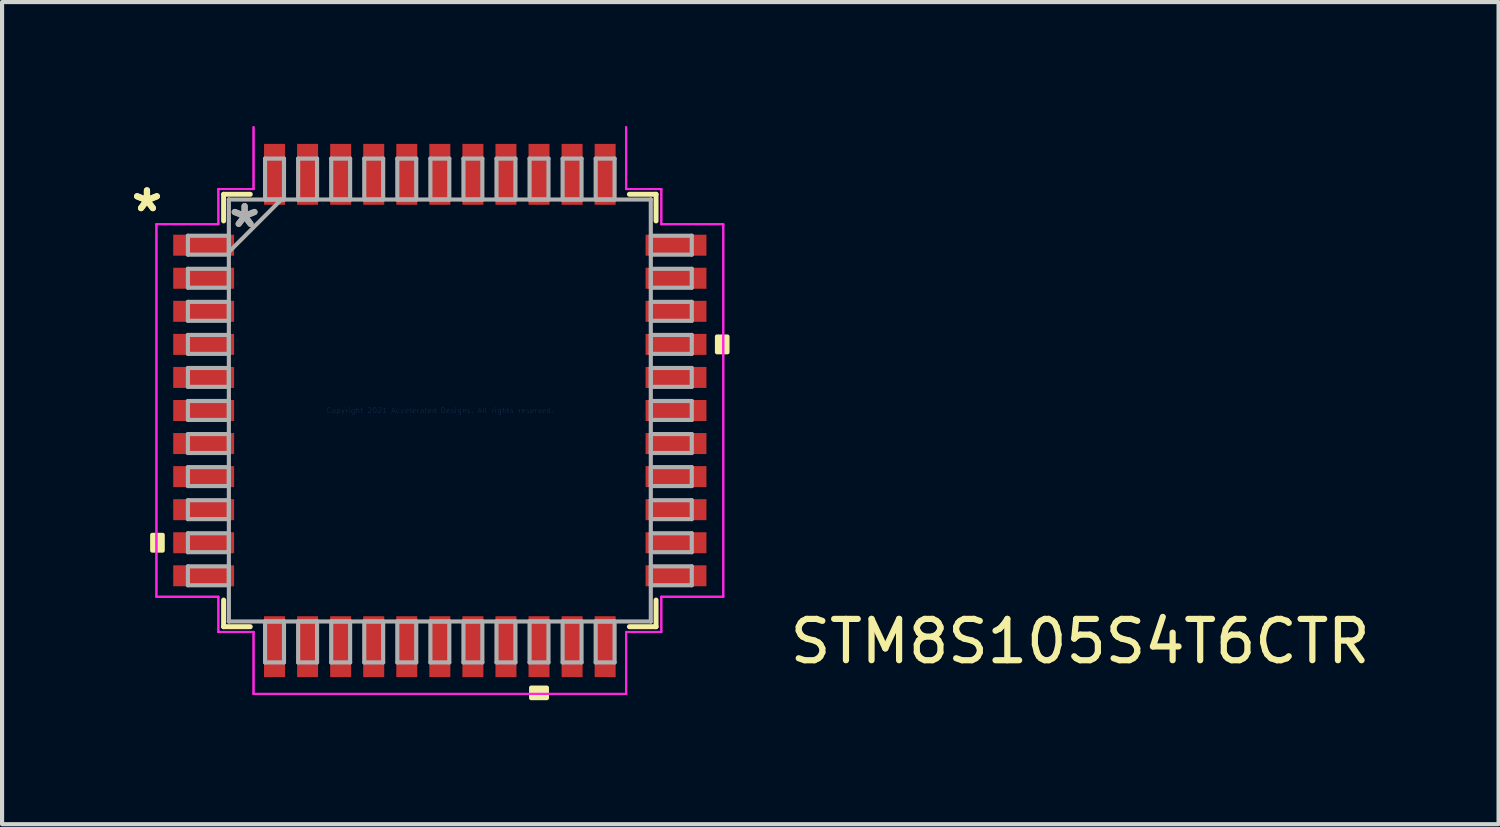
<source format=kicad_pcb>
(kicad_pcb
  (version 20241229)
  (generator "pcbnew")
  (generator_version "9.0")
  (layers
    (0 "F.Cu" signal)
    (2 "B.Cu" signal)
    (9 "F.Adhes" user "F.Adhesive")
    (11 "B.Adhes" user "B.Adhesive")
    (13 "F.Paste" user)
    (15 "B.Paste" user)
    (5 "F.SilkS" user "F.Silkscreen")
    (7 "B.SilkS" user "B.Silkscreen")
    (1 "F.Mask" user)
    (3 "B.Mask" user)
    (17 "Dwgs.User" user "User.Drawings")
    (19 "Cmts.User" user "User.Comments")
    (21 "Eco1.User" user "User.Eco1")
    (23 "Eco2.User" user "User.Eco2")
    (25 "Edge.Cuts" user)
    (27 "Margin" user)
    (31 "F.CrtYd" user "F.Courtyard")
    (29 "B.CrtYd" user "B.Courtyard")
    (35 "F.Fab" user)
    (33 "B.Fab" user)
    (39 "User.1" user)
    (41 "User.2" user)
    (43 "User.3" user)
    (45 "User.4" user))
  (footprint "STM8S105S4T6CTR"
    (layer "F.Cu")
    (at 7.593 6.883)
    (property "Reference" "STM8S105S4T6CTR" (at 15.494 5.588 0) (layer "F.SilkS") (effects (font (size 1 1) (thickness 0.15))))
    (attr through_hole)
    (fp_line (start -5.232 -5.232) (end -5.232 -4.587) (stroke (width 0.12) (type solid)) (layer "F.SilkS"))
    (fp_line (start -5.232 4.587) (end -5.232 5.232) (stroke (width 0.12) (type solid)) (layer "F.SilkS"))
    (fp_line (start -5.232 5.232) (end -4.587 5.232) (stroke (width 0.12) (type solid)) (layer "F.SilkS"))
    (fp_line (start -4.587 -5.232) (end -5.232 -5.232) (stroke (width 0.12) (type solid)) (layer "F.SilkS"))
    (fp_line (start 4.587 5.232) (end 5.232 5.232) (stroke (width 0.12) (type solid)) (layer "F.SilkS"))
    (fp_line (start 5.232 -5.232) (end 4.587 -5.232) (stroke (width 0.12) (type solid)) (layer "F.SilkS"))
    (fp_line (start 5.232 -4.587) (end 5.232 -5.232) (stroke (width 0.12) (type solid)) (layer "F.SilkS"))
    (fp_line (start 5.232 5.232) (end 5.232 4.587) (stroke (width 0.12) (type solid)) (layer "F.SilkS"))
    (fp_poly (pts (xy -6.96 3.009) (xy -6.96 3.39) (xy -6.706 3.39) (xy -6.706 3.009)) (stroke (width 0.1) (type solid)) (fill yes) (layer "F.SilkS"))
    (fp_poly (pts (xy 2.209 6.706) (xy 2.209 6.96) (xy 2.591 6.96) (xy 2.591 6.706)) (stroke (width 0.1) (type solid)) (fill yes) (layer "F.SilkS"))
    (fp_poly (pts (xy 6.96 -1.79) (xy 6.96 -1.409) (xy 6.706 -1.409) (xy 6.706 -1.79)) (stroke (width 0.1) (type solid)) (fill yes) (layer "F.SilkS"))
    (fp_line (start -6.858 -4.508) (end -5.359 -4.508) (stroke (width 0.05) (type solid)) (layer "F.CrtYd"))
    (fp_line (start -6.858 -4.508) (end -5.359 -4.508) (stroke (width 0.05) (type solid)) (layer "F.CrtYd"))
    (fp_line (start -6.858 4.508) (end -6.858 -4.508) (stroke (width 0.05) (type solid)) (layer "F.CrtYd"))
    (fp_line (start -6.858 4.508) (end -6.858 -4.508) (stroke (width 0.05) (type solid)) (layer "F.CrtYd"))
    (fp_line (start -5.359 -5.359) (end -4.508 -5.359) (stroke (width 0.05) (type solid)) (layer "F.CrtYd"))
    (fp_line (start -5.359 -5.359) (end -4.508 -5.359) (stroke (width 0.05) (type solid)) (layer "F.CrtYd"))
    (fp_line (start -5.359 -4.508) (end -5.359 -5.359) (stroke (width 0.05) (type solid)) (layer "F.CrtYd"))
    (fp_line (start -5.359 -4.508) (end -5.359 -5.359) (stroke (width 0.05) (type solid)) (layer "F.CrtYd"))
    (fp_line (start -5.359 4.508) (end -6.858 4.508) (stroke (width 0.05) (type solid)) (layer "F.CrtYd"))
    (fp_line (start -5.359 4.508) (end -6.858 4.508) (stroke (width 0.05) (type solid)) (layer "F.CrtYd"))
    (fp_line (start -5.359 5.359) (end -5.359 4.508) (stroke (width 0.05) (type solid)) (layer "F.CrtYd"))
    (fp_line (start -5.359 5.359) (end -5.359 4.508) (stroke (width 0.05) (type solid)) (layer "F.CrtYd"))
    (fp_line (start -4.508 -5.359) (end -4.508 -6.858) (stroke (width 0.05) (type solid)) (layer "F.CrtYd"))
    (fp_line (start -4.508 -5.359) (end -4.508 -6.858) (stroke (width 0.05) (type solid)) (layer "F.CrtYd"))
    (fp_line (start -4.508 5.359) (end -5.359 5.359) (stroke (width 0.05) (type solid)) (layer "F.CrtYd"))
    (fp_line (start -4.508 5.359) (end -5.359 5.359) (stroke (width 0.05) (type solid)) (layer "F.CrtYd"))
    (fp_line (start -4.508 6.858) (end -4.508 5.359) (stroke (width 0.05) (type solid)) (layer "F.CrtYd"))
    (fp_line (start -4.508 6.858) (end -4.508 5.359) (stroke (width 0.05) (type solid)) (layer "F.CrtYd"))
    (fp_line (start 4.508 -6.858) (end 4.508 -5.359) (stroke (width 0.05) (type solid)) (layer "F.CrtYd"))
    (fp_line (start 4.508 -6.858) (end 4.508 -5.359) (stroke (width 0.05) (type solid)) (layer "F.CrtYd"))
    (fp_line (start 4.508 -5.359) (end 5.359 -5.359) (stroke (width 0.05) (type solid)) (layer "F.CrtYd"))
    (fp_line (start 4.508 -5.359) (end 5.359 -5.359) (stroke (width 0.05) (type solid)) (layer "F.CrtYd"))
    (fp_line (start 4.508 5.359) (end 4.508 6.858) (stroke (width 0.05) (type solid)) (layer "F.CrtYd"))
    (fp_line (start 4.508 5.359) (end 4.508 6.858) (stroke (width 0.05) (type solid)) (layer "F.CrtYd"))
    (fp_line (start 4.508 6.858) (end -4.508 6.858) (stroke (width 0.05) (type solid)) (layer "F.CrtYd"))
    (fp_line (start 4.508 6.858) (end -4.508 6.858) (stroke (width 0.05) (type solid)) (layer "F.CrtYd"))
    (fp_line (start 5.359 -5.359) (end 5.359 -4.508) (stroke (width 0.05) (type solid)) (layer "F.CrtYd"))
    (fp_line (start 5.359 -4.508) (end 5.359 -5.359) (stroke (width 0.05) (type solid)) (layer "F.CrtYd"))
    (fp_line (start 5.359 -4.508) (end 6.858 -4.508) (stroke (width 0.05) (type solid)) (layer "F.CrtYd"))
    (fp_line (start 5.359 4.508) (end 5.359 5.359) (stroke (width 0.05) (type solid)) (layer "F.CrtYd"))
    (fp_line (start 5.359 4.508) (end 6.858 4.508) (stroke (width 0.05) (type solid)) (layer "F.CrtYd"))
    (fp_line (start 5.359 5.359) (end 4.508 5.359) (stroke (width 0.05) (type solid)) (layer "F.CrtYd"))
    (fp_line (start 5.359 5.359) (end 4.508 5.359) (stroke (width 0.05) (type solid)) (layer "F.CrtYd"))
    (fp_line (start 5.359 5.359) (end 5.359 4.508) (stroke (width 0.05) (type solid)) (layer "F.CrtYd"))
    (fp_line (start 6.858 -4.508) (end 5.359 -4.508) (stroke (width 0.05) (type solid)) (layer "F.CrtYd"))
    (fp_line (start 6.858 -4.508) (end 6.858 4.508) (stroke (width 0.05) (type solid)) (layer "F.CrtYd"))
    (fp_line (start 6.858 4.508) (end 5.359 4.508) (stroke (width 0.05) (type solid)) (layer "F.CrtYd"))
    (fp_line (start 6.858 4.508) (end 6.858 -4.508) (stroke (width 0.05) (type solid)) (layer "F.CrtYd"))
    (fp_line (start -6.096 -4.229) (end -6.096 -3.771) (stroke (width 0.1) (type solid)) (layer "F.Fab"))
    (fp_line (start -6.096 -3.771) (end -5.105 -3.771) (stroke (width 0.1) (type solid)) (layer "F.Fab"))
    (fp_line (start -6.096 -3.429) (end -6.096 -2.971) (stroke (width 0.1) (type solid)) (layer "F.Fab"))
    (fp_line (start -6.096 -2.971) (end -5.105 -2.971) (stroke (width 0.1) (type solid)) (layer "F.Fab"))
    (fp_line (start -6.096 -2.629) (end -6.096 -2.171) (stroke (width 0.1) (type solid)) (layer "F.Fab"))
    (fp_line (start -6.096 -2.171) (end -5.105 -2.171) (stroke (width 0.1) (type solid)) (layer "F.Fab"))
    (fp_line (start -6.096 -1.829) (end -6.096 -1.371) (stroke (width 0.1) (type solid)) (layer "F.Fab"))
    (fp_line (start -6.096 -1.371) (end -5.105 -1.371) (stroke (width 0.1) (type solid)) (layer "F.Fab"))
    (fp_line (start -6.096 -1.029) (end -6.096 -0.571) (stroke (width 0.1) (type solid)) (layer "F.Fab"))
    (fp_line (start -6.096 -0.571) (end -5.105 -0.571) (stroke (width 0.1) (type solid)) (layer "F.Fab"))
    (fp_line (start -6.096 -0.229) (end -6.096 0.229) (stroke (width 0.1) (type solid)) (layer "F.Fab"))
    (fp_line (start -6.096 0.229) (end -5.105 0.229) (stroke (width 0.1) (type solid)) (layer "F.Fab"))
    (fp_line (start -6.096 0.571) (end -6.096 1.029) (stroke (width 0.1) (type solid)) (layer "F.Fab"))
    (fp_line (start -6.096 1.029) (end -5.105 1.029) (stroke (width 0.1) (type solid)) (layer "F.Fab"))
    (fp_line (start -6.096 1.371) (end -6.096 1.829) (stroke (width 0.1) (type solid)) (layer "F.Fab"))
    (fp_line (start -6.096 1.829) (end -5.105 1.829) (stroke (width 0.1) (type solid)) (layer "F.Fab"))
    (fp_line (start -6.096 2.171) (end -6.096 2.629) (stroke (width 0.1) (type solid)) (layer "F.Fab"))
    (fp_line (start -6.096 2.629) (end -5.105 2.629) (stroke (width 0.1) (type solid)) (layer "F.Fab"))
    (fp_line (start -6.096 2.971) (end -6.096 3.429) (stroke (width 0.1) (type solid)) (layer "F.Fab"))
    (fp_line (start -6.096 3.429) (end -5.105 3.429) (stroke (width 0.1) (type solid)) (layer "F.Fab"))
    (fp_line (start -6.096 3.771) (end -6.096 4.229) (stroke (width 0.1) (type solid)) (layer "F.Fab"))
    (fp_line (start -6.096 4.229) (end -5.105 4.229) (stroke (width 0.1) (type solid)) (layer "F.Fab"))
    (fp_line (start -5.105 -5.105) (end -5.105 -5.105) (stroke (width 0.1) (type solid)) (layer "F.Fab"))
    (fp_line (start -5.105 -5.105) (end -5.105 5.105) (stroke (width 0.1) (type solid)) (layer "F.Fab"))
    (fp_line (start -5.105 -4.229) (end -6.096 -4.229) (stroke (width 0.1) (type solid)) (layer "F.Fab"))
    (fp_line (start -5.105 -3.835) (end -3.835 -5.105) (stroke (width 0.1) (type solid)) (layer "F.Fab"))
    (fp_line (start -5.105 -3.771) (end -5.105 -4.229) (stroke (width 0.1) (type solid)) (layer "F.Fab"))
    (fp_line (start -5.105 -3.429) (end -6.096 -3.429) (stroke (width 0.1) (type solid)) (layer "F.Fab"))
    (fp_line (start -5.105 -2.971) (end -5.105 -3.429) (stroke (width 0.1) (type solid)) (layer "F.Fab"))
    (fp_line (start -5.105 -2.629) (end -6.096 -2.629) (stroke (width 0.1) (type solid)) (layer "F.Fab"))
    (fp_line (start -5.105 -2.171) (end -5.105 -2.629) (stroke (width 0.1) (type solid)) (layer "F.Fab"))
    (fp_line (start -5.105 -1.829) (end -6.096 -1.829) (stroke (width 0.1) (type solid)) (layer "F.Fab"))
    (fp_line (start -5.105 -1.371) (end -5.105 -1.829) (stroke (width 0.1) (type solid)) (layer "F.Fab"))
    (fp_line (start -5.105 -1.029) (end -6.096 -1.029) (stroke (width 0.1) (type solid)) (layer "F.Fab"))
    (fp_line (start -5.105 -0.571) (end -5.105 -1.029) (stroke (width 0.1) (type solid)) (layer "F.Fab"))
    (fp_line (start -5.105 -0.229) (end -6.096 -0.229) (stroke (width 0.1) (type solid)) (layer "F.Fab"))
    (fp_line (start -5.105 0.229) (end -5.105 -0.229) (stroke (width 0.1) (type solid)) (layer "F.Fab"))
    (fp_line (start -5.105 0.571) (end -6.096 0.571) (stroke (width 0.1) (type solid)) (layer "F.Fab"))
    (fp_line (start -5.105 1.029) (end -5.105 0.571) (stroke (width 0.1) (type solid)) (layer "F.Fab"))
    (fp_line (start -5.105 1.371) (end -6.096 1.371) (stroke (width 0.1) (type solid)) (layer "F.Fab"))
    (fp_line (start -5.105 1.829) (end -5.105 1.371) (stroke (width 0.1) (type solid)) (layer "F.Fab"))
    (fp_line (start -5.105 2.171) (end -6.096 2.171) (stroke (width 0.1) (type solid)) (layer "F.Fab"))
    (fp_line (start -5.105 2.629) (end -5.105 2.171) (stroke (width 0.1) (type solid)) (layer "F.Fab"))
    (fp_line (start -5.105 2.971) (end -6.096 2.971) (stroke (width 0.1) (type solid)) (layer "F.Fab"))
    (fp_line (start -5.105 3.429) (end -5.105 2.971) (stroke (width 0.1) (type solid)) (layer "F.Fab"))
    (fp_line (start -5.105 3.771) (end -6.096 3.771) (stroke (width 0.1) (type solid)) (layer "F.Fab"))
    (fp_line (start -5.105 4.229) (end -5.105 3.771) (stroke (width 0.1) (type solid)) (layer "F.Fab"))
    (fp_line (start -5.105 5.105) (end -5.105 5.105) (stroke (width 0.1) (type solid)) (layer "F.Fab"))
    (fp_line (start -5.105 5.105) (end 5.105 5.105) (stroke (width 0.1) (type solid)) (layer "F.Fab"))
    (fp_line (start -4.229 5.105) (end -4.229 6.096) (stroke (width 0.1) (type solid)) (layer "F.Fab"))
    (fp_line (start -4.229 6.096) (end -3.771 6.096) (stroke (width 0.1) (type solid)) (layer "F.Fab"))
    (fp_line (start -4.229 -6.096) (end -4.229 -5.105) (stroke (width 0.1) (type solid)) (layer "F.Fab"))
    (fp_line (start -4.229 -5.105) (end -3.771 -5.105) (stroke (width 0.1) (type solid)) (layer "F.Fab"))
    (fp_line (start -3.771 5.105) (end -4.229 5.105) (stroke (width 0.1) (type solid)) (layer "F.Fab"))
    (fp_line (start -3.771 6.096) (end -3.771 5.105) (stroke (width 0.1) (type solid)) (layer "F.Fab"))
    (fp_line (start -3.771 -6.096) (end -4.229 -6.096) (stroke (width 0.1) (type solid)) (layer "F.Fab"))
    (fp_line (start -3.771 -5.105) (end -3.771 -6.096) (stroke (width 0.1) (type solid)) (layer "F.Fab"))
    (fp_line (start -3.429 -6.096) (end -3.429 -5.105) (stroke (width 0.1) (type solid)) (layer "F.Fab"))
    (fp_line (start -3.429 -5.105) (end -2.971 -5.105) (stroke (width 0.1) (type solid)) (layer "F.Fab"))
    (fp_line (start -3.429 5.105) (end -3.429 6.096) (stroke (width 0.1) (type solid)) (layer "F.Fab"))
    (fp_line (start -3.429 6.096) (end -2.971 6.096) (stroke (width 0.1) (type solid)) (layer "F.Fab"))
    (fp_line (start -2.971 -6.096) (end -3.429 -6.096) (stroke (width 0.1) (type solid)) (layer "F.Fab"))
    (fp_line (start -2.971 -5.105) (end -2.971 -6.096) (stroke (width 0.1) (type solid)) (layer "F.Fab"))
    (fp_line (start -2.971 5.105) (end -3.429 5.105) (stroke (width 0.1) (type solid)) (layer "F.Fab"))
    (fp_line (start -2.971 6.096) (end -2.971 5.105) (stroke (width 0.1) (type solid)) (layer "F.Fab"))
    (fp_line (start -2.629 -6.096) (end -2.629 -5.105) (stroke (width 0.1) (type solid)) (layer "F.Fab"))
    (fp_line (start -2.629 -5.105) (end -2.171 -5.105) (stroke (width 0.1) (type solid)) (layer "F.Fab"))
    (fp_line (start -2.629 5.105) (end -2.629 6.096) (stroke (width 0.1) (type solid)) (layer "F.Fab"))
    (fp_line (start -2.629 6.096) (end -2.171 6.096) (stroke (width 0.1) (type solid)) (layer "F.Fab"))
    (fp_line (start -2.171 -6.096) (end -2.629 -6.096) (stroke (width 0.1) (type solid)) (layer "F.Fab"))
    (fp_line (start -2.171 -5.105) (end -2.171 -6.096) (stroke (width 0.1) (type solid)) (layer "F.Fab"))
    (fp_line (start -2.171 5.105) (end -2.629 5.105) (stroke (width 0.1) (type solid)) (layer "F.Fab"))
    (fp_line (start -2.171 6.096) (end -2.171 5.105) (stroke (width 0.1) (type solid)) (layer "F.Fab"))
    (fp_line (start -1.829 -6.096) (end -1.829 -5.105) (stroke (width 0.1) (type solid)) (layer "F.Fab"))
    (fp_line (start -1.829 -5.105) (end -1.371 -5.105) (stroke (width 0.1) (type solid)) (layer "F.Fab"))
    (fp_line (start -1.829 5.105) (end -1.829 6.096) (stroke (width 0.1) (type solid)) (layer "F.Fab"))
    (fp_line (start -1.829 6.096) (end -1.371 6.096) (stroke (width 0.1) (type solid)) (layer "F.Fab"))
    (fp_line (start -1.371 -6.096) (end -1.829 -6.096) (stroke (width 0.1) (type solid)) (layer "F.Fab"))
    (fp_line (start -1.371 -5.105) (end -1.371 -6.096) (stroke (width 0.1) (type solid)) (layer "F.Fab"))
    (fp_line (start -1.371 5.105) (end -1.829 5.105) (stroke (width 0.1) (type solid)) (layer "F.Fab"))
    (fp_line (start -1.371 6.096) (end -1.371 5.105) (stroke (width 0.1) (type solid)) (layer "F.Fab"))
    (fp_line (start -1.029 -6.096) (end -1.029 -5.105) (stroke (width 0.1) (type solid)) (layer "F.Fab"))
    (fp_line (start -1.029 -5.105) (end -0.571 -5.105) (stroke (width 0.1) (type solid)) (layer "F.Fab"))
    (fp_line (start -1.029 5.105) (end -1.029 6.096) (stroke (width 0.1) (type solid)) (layer "F.Fab"))
    (fp_line (start -1.029 6.096) (end -0.571 6.096) (stroke (width 0.1) (type solid)) (layer "F.Fab"))
    (fp_line (start -0.571 -6.096) (end -1.029 -6.096) (stroke (width 0.1) (type solid)) (layer "F.Fab"))
    (fp_line (start -0.571 -5.105) (end -0.571 -6.096) (stroke (width 0.1) (type solid)) (layer "F.Fab"))
    (fp_line (start -0.571 5.105) (end -1.029 5.105) (stroke (width 0.1) (type solid)) (layer "F.Fab"))
    (fp_line (start -0.571 6.096) (end -0.571 5.105) (stroke (width 0.1) (type solid)) (layer "F.Fab"))
    (fp_line (start -0.229 -6.096) (end -0.229 -5.105) (stroke (width 0.1) (type solid)) (layer "F.Fab"))
    (fp_line (start -0.229 -5.105) (end 0.229 -5.105) (stroke (width 0.1) (type solid)) (layer "F.Fab"))
    (fp_line (start -0.229 5.105) (end -0.229 6.096) (stroke (width 0.1) (type solid)) (layer "F.Fab"))
    (fp_line (start -0.229 6.096) (end 0.229 6.096) (stroke (width 0.1) (type solid)) (layer "F.Fab"))
    (fp_line (start 0.229 -6.096) (end -0.229 -6.096) (stroke (width 0.1) (type solid)) (layer "F.Fab"))
    (fp_line (start 0.229 -5.105) (end 0.229 -6.096) (stroke (width 0.1) (type solid)) (layer "F.Fab"))
    (fp_line (start 0.229 5.105) (end -0.229 5.105) (stroke (width 0.1) (type solid)) (layer "F.Fab"))
    (fp_line (start 0.229 6.096) (end 0.229 5.105) (stroke (width 0.1) (type solid)) (layer "F.Fab"))
    (fp_line (start 0.571 -6.096) (end 0.571 -5.105) (stroke (width 0.1) (type solid)) (layer "F.Fab"))
    (fp_line (start 0.571 -5.105) (end 1.029 -5.105) (stroke (width 0.1) (type solid)) (layer "F.Fab"))
    (fp_line (start 0.571 5.105) (end 0.571 6.096) (stroke (width 0.1) (type solid)) (layer "F.Fab"))
    (fp_line (start 0.571 6.096) (end 1.029 6.096) (stroke (width 0.1) (type solid)) (layer "F.Fab"))
    (fp_line (start 1.029 -6.096) (end 0.571 -6.096) (stroke (width 0.1) (type solid)) (layer "F.Fab"))
    (fp_line (start 1.029 -5.105) (end 1.029 -6.096) (stroke (width 0.1) (type solid)) (layer "F.Fab"))
    (fp_line (start 1.029 5.105) (end 0.571 5.105) (stroke (width 0.1) (type solid)) (layer "F.Fab"))
    (fp_line (start 1.029 6.096) (end 1.029 5.105) (stroke (width 0.1) (type solid)) (layer "F.Fab"))
    (fp_line (start 1.371 -6.096) (end 1.371 -5.105) (stroke (width 0.1) (type solid)) (layer "F.Fab"))
    (fp_line (start 1.371 -5.105) (end 1.829 -5.105) (stroke (width 0.1) (type solid)) (layer "F.Fab"))
    (fp_line (start 1.371 5.105) (end 1.371 6.096) (stroke (width 0.1) (type solid)) (layer "F.Fab"))
    (fp_line (start 1.371 6.096) (end 1.829 6.096) (stroke (width 0.1) (type solid)) (layer "F.Fab"))
    (fp_line (start 1.829 -6.096) (end 1.371 -6.096) (stroke (width 0.1) (type solid)) (layer "F.Fab"))
    (fp_line (start 1.829 -5.105) (end 1.829 -6.096) (stroke (width 0.1) (type solid)) (layer "F.Fab"))
    (fp_line (start 1.829 5.105) (end 1.371 5.105) (stroke (width 0.1) (type solid)) (layer "F.Fab"))
    (fp_line (start 1.829 6.096) (end 1.829 5.105) (stroke (width 0.1) (type solid)) (layer "F.Fab"))
    (fp_line (start 2.171 -6.096) (end 2.171 -5.105) (stroke (width 0.1) (type solid)) (layer "F.Fab"))
    (fp_line (start 2.171 -5.105) (end 2.629 -5.105) (stroke (width 0.1) (type solid)) (layer "F.Fab"))
    (fp_line (start 2.171 5.105) (end 2.171 6.096) (stroke (width 0.1) (type solid)) (layer "F.Fab"))
    (fp_line (start 2.171 6.096) (end 2.629 6.096) (stroke (width 0.1) (type solid)) (layer "F.Fab"))
    (fp_line (start 2.629 -6.096) (end 2.171 -6.096) (stroke (width 0.1) (type solid)) (layer "F.Fab"))
    (fp_line (start 2.629 -5.105) (end 2.629 -6.096) (stroke (width 0.1) (type solid)) (layer "F.Fab"))
    (fp_line (start 2.629 5.105) (end 2.171 5.105) (stroke (width 0.1) (type solid)) (layer "F.Fab"))
    (fp_line (start 2.629 6.096) (end 2.629 5.105) (stroke (width 0.1) (type solid)) (layer "F.Fab"))
    (fp_line (start 2.971 -6.096) (end 2.971 -5.105) (stroke (width 0.1) (type solid)) (layer "F.Fab"))
    (fp_line (start 2.971 -5.105) (end 3.429 -5.105) (stroke (width 0.1) (type solid)) (layer "F.Fab"))
    (fp_line (start 2.971 5.105) (end 2.971 6.096) (stroke (width 0.1) (type solid)) (layer "F.Fab"))
    (fp_line (start 2.971 6.096) (end 3.429 6.096) (stroke (width 0.1) (type solid)) (layer "F.Fab"))
    (fp_line (start 3.429 -6.096) (end 2.971 -6.096) (stroke (width 0.1) (type solid)) (layer "F.Fab"))
    (fp_line (start 3.429 -5.105) (end 3.429 -6.096) (stroke (width 0.1) (type solid)) (layer "F.Fab"))
    (fp_line (start 3.429 5.105) (end 2.971 5.105) (stroke (width 0.1) (type solid)) (layer "F.Fab"))
    (fp_line (start 3.429 6.096) (end 3.429 5.105) (stroke (width 0.1) (type solid)) (layer "F.Fab"))
    (fp_line (start 3.771 5.105) (end 3.771 6.096) (stroke (width 0.1) (type solid)) (layer "F.Fab"))
    (fp_line (start 3.771 6.096) (end 4.229 6.096) (stroke (width 0.1) (type solid)) (layer "F.Fab"))
    (fp_line (start 3.771 -6.096) (end 3.771 -5.105) (stroke (width 0.1) (type solid)) (layer "F.Fab"))
    (fp_line (start 3.771 -5.105) (end 4.229 -5.105) (stroke (width 0.1) (type solid)) (layer "F.Fab"))
    (fp_line (start 4.229 5.105) (end 3.771 5.105) (stroke (width 0.1) (type solid)) (layer "F.Fab"))
    (fp_line (start 4.229 6.096) (end 4.229 5.105) (stroke (width 0.1) (type solid)) (layer "F.Fab"))
    (fp_line (start 4.229 -6.096) (end 3.771 -6.096) (stroke (width 0.1) (type solid)) (layer "F.Fab"))
    (fp_line (start 4.229 -5.105) (end 4.229 -6.096) (stroke (width 0.1) (type solid)) (layer "F.Fab"))
    (fp_line (start 5.105 -5.105) (end -5.105 -5.105) (stroke (width 0.1) (type solid)) (layer "F.Fab"))
    (fp_line (start 5.105 -5.105) (end 5.105 -5.105) (stroke (width 0.1) (type solid)) (layer "F.Fab"))
    (fp_line (start 5.105 -4.229) (end 5.105 -3.771) (stroke (width 0.1) (type solid)) (layer "F.Fab"))
    (fp_line (start 5.105 -3.771) (end 6.096 -3.771) (stroke (width 0.1) (type solid)) (layer "F.Fab"))
    (fp_line (start 5.105 -3.429) (end 5.105 -2.971) (stroke (width 0.1) (type solid)) (layer "F.Fab"))
    (fp_line (start 5.105 -2.971) (end 6.096 -2.971) (stroke (width 0.1) (type solid)) (layer "F.Fab"))
    (fp_line (start 5.105 -2.629) (end 5.105 -2.171) (stroke (width 0.1) (type solid)) (layer "F.Fab"))
    (fp_line (start 5.105 -2.171) (end 6.096 -2.171) (stroke (width 0.1) (type solid)) (layer "F.Fab"))
    (fp_line (start 5.105 -1.829) (end 5.105 -1.371) (stroke (width 0.1) (type solid)) (layer "F.Fab"))
    (fp_line (start 5.105 -1.371) (end 6.096 -1.371) (stroke (width 0.1) (type solid)) (layer "F.Fab"))
    (fp_line (start 5.105 -1.029) (end 5.105 -0.571) (stroke (width 0.1) (type solid)) (layer "F.Fab"))
    (fp_line (start 5.105 -0.571) (end 6.096 -0.571) (stroke (width 0.1) (type solid)) (layer "F.Fab"))
    (fp_line (start 5.105 -0.229) (end 5.105 0.229) (stroke (width 0.1) (type solid)) (layer "F.Fab"))
    (fp_line (start 5.105 0.229) (end 6.096 0.229) (stroke (width 0.1) (type solid)) (layer "F.Fab"))
    (fp_line (start 5.105 0.571) (end 5.105 1.029) (stroke (width 0.1) (type solid)) (layer "F.Fab"))
    (fp_line (start 5.105 1.029) (end 6.096 1.029) (stroke (width 0.1) (type solid)) (layer "F.Fab"))
    (fp_line (start 5.105 1.371) (end 5.105 1.829) (stroke (width 0.1) (type solid)) (layer "F.Fab"))
    (fp_line (start 5.105 1.829) (end 6.096 1.829) (stroke (width 0.1) (type solid)) (layer "F.Fab"))
    (fp_line (start 5.105 2.171) (end 5.105 2.629) (stroke (width 0.1) (type solid)) (layer "F.Fab"))
    (fp_line (start 5.105 2.629) (end 6.096 2.629) (stroke (width 0.1) (type solid)) (layer "F.Fab"))
    (fp_line (start 5.105 2.971) (end 5.105 3.429) (stroke (width 0.1) (type solid)) (layer "F.Fab"))
    (fp_line (start 5.105 3.429) (end 6.096 3.429) (stroke (width 0.1) (type solid)) (layer "F.Fab"))
    (fp_line (start 5.105 3.771) (end 5.105 4.229) (stroke (width 0.1) (type solid)) (layer "F.Fab"))
    (fp_line (start 5.105 4.229) (end 6.096 4.229) (stroke (width 0.1) (type solid)) (layer "F.Fab"))
    (fp_line (start 5.105 5.105) (end 5.105 -5.105) (stroke (width 0.1) (type solid)) (layer "F.Fab"))
    (fp_line (start 5.105 5.105) (end 5.105 5.105) (stroke (width 0.1) (type solid)) (layer "F.Fab"))
    (fp_line (start 6.096 -4.229) (end 5.105 -4.229) (stroke (width 0.1) (type solid)) (layer "F.Fab"))
    (fp_line (start 6.096 -3.771) (end 6.096 -4.229) (stroke (width 0.1) (type solid)) (layer "F.Fab"))
    (fp_line (start 6.096 -3.429) (end 5.105 -3.429) (stroke (width 0.1) (type solid)) (layer "F.Fab"))
    (fp_line (start 6.096 -2.971) (end 6.096 -3.429) (stroke (width 0.1) (type solid)) (layer "F.Fab"))
    (fp_line (start 6.096 -2.629) (end 5.105 -2.629) (stroke (width 0.1) (type solid)) (layer "F.Fab"))
    (fp_line (start 6.096 -2.171) (end 6.096 -2.629) (stroke (width 0.1) (type solid)) (layer "F.Fab"))
    (fp_line (start 6.096 -1.829) (end 5.105 -1.829) (stroke (width 0.1) (type solid)) (layer "F.Fab"))
    (fp_line (start 6.096 -1.371) (end 6.096 -1.829) (stroke (width 0.1) (type solid)) (layer "F.Fab"))
    (fp_line (start 6.096 -1.029) (end 5.105 -1.029) (stroke (width 0.1) (type solid)) (layer "F.Fab"))
    (fp_line (start 6.096 -0.571) (end 6.096 -1.029) (stroke (width 0.1) (type solid)) (layer "F.Fab"))
    (fp_line (start 6.096 -0.229) (end 5.105 -0.229) (stroke (width 0.1) (type solid)) (layer "F.Fab"))
    (fp_line (start 6.096 0.229) (end 6.096 -0.229) (stroke (width 0.1) (type solid)) (layer "F.Fab"))
    (fp_line (start 6.096 0.571) (end 5.105 0.571) (stroke (width 0.1) (type solid)) (layer "F.Fab"))
    (fp_line (start 6.096 1.029) (end 6.096 0.571) (stroke (width 0.1) (type solid)) (layer "F.Fab"))
    (fp_line (start 6.096 1.371) (end 5.105 1.371) (stroke (width 0.1) (type solid)) (layer "F.Fab"))
    (fp_line (start 6.096 1.829) (end 6.096 1.371) (stroke (width 0.1) (type solid)) (layer "F.Fab"))
    (fp_line (start 6.096 2.171) (end 5.105 2.171) (stroke (width 0.1) (type solid)) (layer "F.Fab"))
    (fp_line (start 6.096 2.629) (end 6.096 2.171) (stroke (width 0.1) (type solid)) (layer "F.Fab"))
    (fp_line (start 6.096 2.971) (end 5.105 2.971) (stroke (width 0.1) (type solid)) (layer "F.Fab"))
    (fp_line (start 6.096 3.429) (end 6.096 2.971) (stroke (width 0.1) (type solid)) (layer "F.Fab"))
    (fp_line (start 6.096 3.771) (end 5.105 3.771) (stroke (width 0.1) (type solid)) (layer "F.Fab"))
    (fp_line (start 6.096 4.229) (end 6.096 3.771) (stroke (width 0.1) (type solid)) (layer "F.Fab"))
    (fp_text user "*" (at -7.087 -4.781 0) (layer "F.SilkS") (effects (font (size 1 1) (thickness 0.15))))
    (fp_text user "*" (at -7.087 -4.781 0) (layer "F.SilkS") (effects (font (size 1 1) (thickness 0.15))))
    (fp_text user "Copyright 2021 Accelerated Designs. All rights reserved." (at 0 0 0) (layer "Cmts.User") (effects (font (size 0.127 0.127) (thickness 0.002))))
    (fp_text user "*" (at -4.724 -4.4 0) (layer "F.Fab") (effects (font (size 1 1) (thickness 0.15))))
    (fp_text user "*" (at -4.724 -4.4 0) (layer "F.Fab") (effects (font (size 1 1) (thickness 0.15))))
    (pad "1" smd rect (at -5.715 -4 90) (size 0.508 1.473) (layers "F.Cu" "F.Mask" "F.Paste"))
    (pad "2" smd rect (at -5.715 -3.2 90) (size 0.508 1.473) (layers "F.Cu" "F.Mask" "F.Paste"))
    (pad "3" smd rect (at -5.715 -2.4 90) (size 0.508 1.473) (layers "F.Cu" "F.Mask" "F.Paste"))
    (pad "4" smd rect (at -5.715 -1.6 90) (size 0.508 1.473) (layers "F.Cu" "F.Mask" "F.Paste"))
    (pad "5" smd rect (at -5.715 -0.8 90) (size 0.508 1.473) (layers "F.Cu" "F.Mask" "F.Paste"))
    (pad "6" smd rect (at -5.715 0 90) (size 0.508 1.473) (layers "F.Cu" "F.Mask" "F.Paste"))
    (pad "7" smd rect (at -5.715 0.8 90) (size 0.508 1.473) (layers "F.Cu" "F.Mask" "F.Paste"))
    (pad "8" smd rect (at -5.715 1.6 90) (size 0.508 1.473) (layers "F.Cu" "F.Mask" "F.Paste"))
    (pad "9" smd rect (at -5.715 2.4 90) (size 0.508 1.473) (layers "F.Cu" "F.Mask" "F.Paste"))
    (pad "10" smd rect (at -5.715 3.2 90) (size 0.508 1.473) (layers "F.Cu" "F.Mask" "F.Paste"))
    (pad "11" smd rect (at -5.715 4 90) (size 0.508 1.473) (layers "F.Cu" "F.Mask" "F.Paste"))
    (pad "12" smd rect (at -4 5.715) (size 0.508 1.473) (layers "F.Cu" "F.Mask" "F.Paste"))
    (pad "13" smd rect (at -3.2 5.715) (size 0.508 1.473) (layers "F.Cu" "F.Mask" "F.Paste"))
    (pad "14" smd rect (at -2.4 5.715) (size 0.508 1.473) (layers "F.Cu" "F.Mask" "F.Paste"))
    (pad "15" smd rect (at -1.6 5.715) (size 0.508 1.473) (layers "F.Cu" "F.Mask" "F.Paste"))
    (pad "16" smd rect (at -0.8 5.715) (size 0.508 1.473) (layers "F.Cu" "F.Mask" "F.Paste"))
    (pad "17" smd rect (at 0 5.715) (size 0.508 1.473) (layers "F.Cu" "F.Mask" "F.Paste"))
    (pad "18" smd rect (at 0.8 5.715) (size 0.508 1.473) (layers "F.Cu" "F.Mask" "F.Paste"))
    (pad "19" smd rect (at 1.6 5.715) (size 0.508 1.473) (layers "F.Cu" "F.Mask" "F.Paste"))
    (pad "20" smd rect (at 2.4 5.715) (size 0.508 1.473) (layers "F.Cu" "F.Mask" "F.Paste"))
    (pad "21" smd rect (at 3.2 5.715) (size 0.508 1.473) (layers "F.Cu" "F.Mask" "F.Paste"))
    (pad "22" smd rect (at 4 5.715) (size 0.508 1.473) (layers "F.Cu" "F.Mask" "F.Paste"))
    (pad "23" smd rect (at 5.715 4 90) (size 0.508 1.473) (layers "F.Cu" "F.Mask" "F.Paste"))
    (pad "24" smd rect (at 5.715 3.2 90) (size 0.508 1.473) (layers "F.Cu" "F.Mask" "F.Paste"))
    (pad "25" smd rect (at 5.715 2.4 90) (size 0.508 1.473) (layers "F.Cu" "F.Mask" "F.Paste"))
    (pad "26" smd rect (at 5.715 1.6 90) (size 0.508 1.473) (layers "F.Cu" "F.Mask" "F.Paste"))
    (pad "27" smd rect (at 5.715 0.8 90) (size 0.508 1.473) (layers "F.Cu" "F.Mask" "F.Paste"))
    (pad "28" smd rect (at 5.715 0 90) (size 0.508 1.473) (layers "F.Cu" "F.Mask" "F.Paste"))
    (pad "29" smd rect (at 5.715 -0.8 90) (size 0.508 1.473) (layers "F.Cu" "F.Mask" "F.Paste"))
    (pad "30" smd rect (at 5.715 -1.6 90) (size 0.508 1.473) (layers "F.Cu" "F.Mask" "F.Paste"))
    (pad "31" smd rect (at 5.715 -2.4 90) (size 0.508 1.473) (layers "F.Cu" "F.Mask" "F.Paste"))
    (pad "32" smd rect (at 5.715 -3.2 90) (size 0.508 1.473) (layers "F.Cu" "F.Mask" "F.Paste"))
    (pad "33" smd rect (at 5.715 -4 90) (size 0.508 1.473) (layers "F.Cu" "F.Mask" "F.Paste"))
    (pad "34" smd rect (at 4 -5.715) (size 0.508 1.473) (layers "F.Cu" "F.Mask" "F.Paste"))
    (pad "35" smd rect (at 3.2 -5.715) (size 0.508 1.473) (layers "F.Cu" "F.Mask" "F.Paste"))
    (pad "36" smd rect (at 2.4 -5.715) (size 0.508 1.473) (layers "F.Cu" "F.Mask" "F.Paste"))
    (pad "37" smd rect (at 1.6 -5.715) (size 0.508 1.473) (layers "F.Cu" "F.Mask" "F.Paste"))
    (pad "38" smd rect (at 0.8 -5.715) (size 0.508 1.473) (layers "F.Cu" "F.Mask" "F.Paste"))
    (pad "39" smd rect (at 0 -5.715) (size 0.508 1.473) (layers "F.Cu" "F.Mask" "F.Paste"))
    (pad "40" smd rect (at -0.8 -5.715) (size 0.508 1.473) (layers "F.Cu" "F.Mask" "F.Paste"))
    (pad "41" smd rect (at -1.6 -5.715) (size 0.508 1.473) (layers "F.Cu" "F.Mask" "F.Paste"))
    (pad "42" smd rect (at -2.4 -5.715) (size 0.508 1.473) (layers "F.Cu" "F.Mask" "F.Paste"))
    (pad "43" smd rect (at -3.2 -5.715) (size 0.508 1.473) (layers "F.Cu" "F.Mask" "F.Paste"))
    (pad "44" smd rect (at -4 -5.715) (size 0.508 1.473) (layers "F.Cu" "F.Mask" "F.Paste")))
  (gr_rect
    (start -3 -3)
    (end 33.212 16.893)
    (stroke (width 0.1) (type default))
    (fill no)
    (layer "Edge.Cuts")))
</source>
